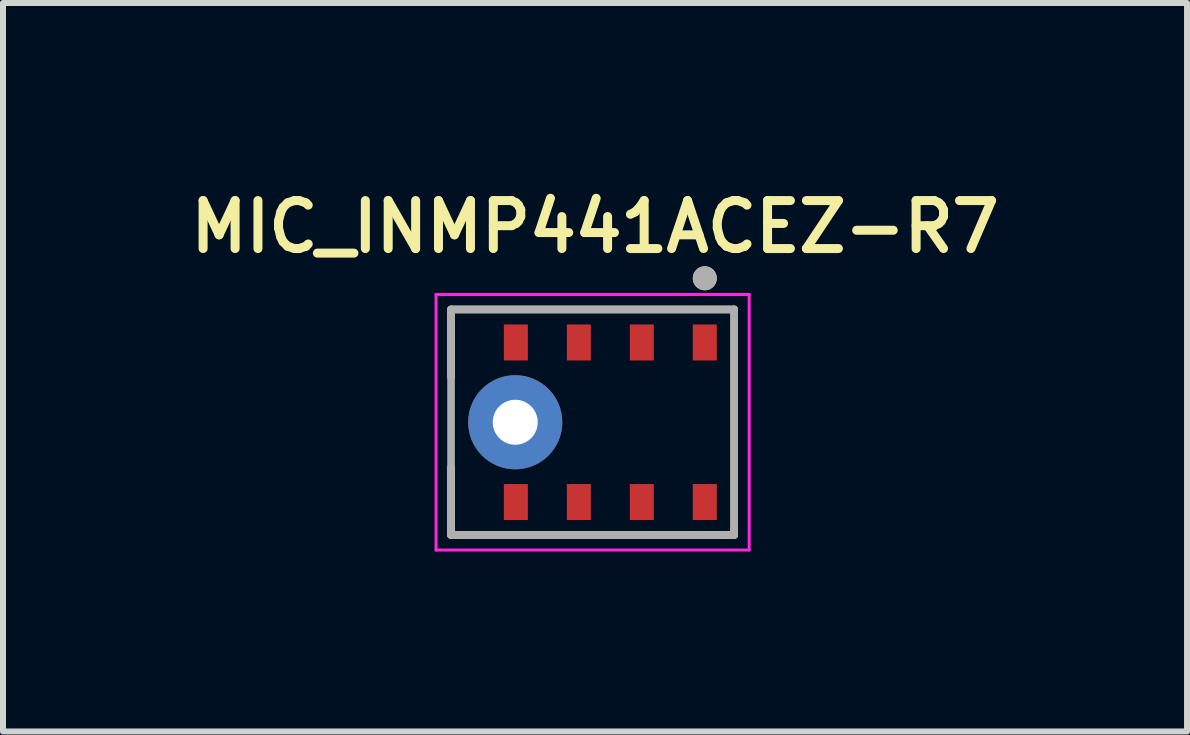
<source format=kicad_pcb>
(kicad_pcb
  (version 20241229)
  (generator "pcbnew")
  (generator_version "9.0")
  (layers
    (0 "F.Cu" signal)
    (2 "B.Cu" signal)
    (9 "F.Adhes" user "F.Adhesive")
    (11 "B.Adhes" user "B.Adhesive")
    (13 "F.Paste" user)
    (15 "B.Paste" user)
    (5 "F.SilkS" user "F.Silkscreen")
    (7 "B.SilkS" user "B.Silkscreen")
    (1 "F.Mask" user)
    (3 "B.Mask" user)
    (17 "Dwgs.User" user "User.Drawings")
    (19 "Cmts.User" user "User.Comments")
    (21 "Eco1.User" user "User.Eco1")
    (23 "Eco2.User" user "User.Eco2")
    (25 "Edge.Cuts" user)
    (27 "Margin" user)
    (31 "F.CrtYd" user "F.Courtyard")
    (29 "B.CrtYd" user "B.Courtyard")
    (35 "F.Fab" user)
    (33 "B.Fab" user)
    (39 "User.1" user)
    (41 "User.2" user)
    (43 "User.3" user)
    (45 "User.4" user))
  (footprint "MIC_INMP441ACEZ-R7"
    (layer "F.Cu")
    (at 6.829 3.989)
    (property "Reference" "MIC_INMP441ACEZ-R7" (at 0.04 -3.258 0) (layer "F.SilkS") (effects (font (size 0.8 0.8) (thickness 0.15))))
    (attr smd)
    (fp_line (start -2.36 -1.88) (end -2.36 -0.75) (stroke (width 0.127) (type solid)) (layer "F.SilkS"))
    (fp_line (start -2.36 0.75) (end -2.36 1.88) (stroke (width 0.127) (type solid)) (layer "F.SilkS"))
    (fp_line (start 2.36 -1.88) (end -2.36 -1.88) (stroke (width 0.127) (type solid)) (layer "F.SilkS"))
    (fp_line (start 2.36 -1.88) (end 2.36 1.88) (stroke (width 0.127) (type solid)) (layer "F.SilkS"))
    (fp_line (start 2.36 1.88) (end -2.36 1.88) (stroke (width 0.127) (type solid)) (layer "F.SilkS"))
    (fp_circle (center 1.87 -2.4) (end 1.97 -2.4) (stroke (width 0.2) (type solid)) (fill no) (layer "F.SilkS"))
    (fp_poly (pts (xy -1.455 -1.605) (xy -1.105 -1.605) (xy -1.105 -1.055) (xy -1.455 -1.055)) (stroke (width 0.01) (type solid)) (fill yes) (layer "F.Paste"))
    (fp_poly (pts (xy -1.455 1.055) (xy -1.105 1.055) (xy -1.105 1.605) (xy -1.455 1.605)) (stroke (width 0.01) (type solid)) (fill yes) (layer "F.Paste"))
    (fp_poly (pts (xy -0.405 -1.605) (xy -0.055 -1.605) (xy -0.055 -1.055) (xy -0.405 -1.055)) (stroke (width 0.01) (type solid)) (fill yes) (layer "F.Paste"))
    (fp_poly (pts (xy -0.405 1.055) (xy -0.055 1.055) (xy -0.055 1.605) (xy -0.405 1.605)) (stroke (width 0.01) (type solid)) (fill yes) (layer "F.Paste"))
    (fp_poly (pts (xy 0.645 -1.605) (xy 0.995 -1.605) (xy 0.995 -1.055) (xy 0.645 -1.055)) (stroke (width 0.01) (type solid)) (fill yes) (layer "F.Paste"))
    (fp_poly (pts (xy 0.645 1.055) (xy 0.995 1.055) (xy 0.995 1.605) (xy 0.645 1.605)) (stroke (width 0.01) (type solid)) (fill yes) (layer "F.Paste"))
    (fp_poly (pts (xy 1.695 -1.605) (xy 2.045 -1.605) (xy 2.045 -1.055) (xy 1.695 -1.055)) (stroke (width 0.01) (type solid)) (fill yes) (layer "F.Paste"))
    (fp_poly (pts (xy 1.695 1.055) (xy 2.045 1.055) (xy 2.045 1.605) (xy 1.695 1.605)) (stroke (width 0.01) (type solid)) (fill yes) (layer "F.Paste"))
    (fp_line (start -2.61 -2.13) (end -2.61 2.13) (stroke (width 0.05) (type solid)) (layer "F.CrtYd"))
    (fp_line (start 2.61 -2.13) (end -2.61 -2.13) (stroke (width 0.05) (type solid)) (layer "F.CrtYd"))
    (fp_line (start 2.61 -2.13) (end 2.61 2.13) (stroke (width 0.05) (type solid)) (layer "F.CrtYd"))
    (fp_line (start 2.61 2.13) (end -2.61 2.13) (stroke (width 0.05) (type solid)) (layer "F.CrtYd"))
    (fp_line (start -2.36 -1.88) (end -2.36 1.88) (stroke (width 0.127) (type solid)) (layer "F.Fab"))
    (fp_line (start 2.36 -1.88) (end -2.36 -1.88) (stroke (width 0.127) (type solid)) (layer "F.Fab"))
    (fp_line (start 2.36 -1.88) (end 2.36 1.88) (stroke (width 0.127) (type solid)) (layer "F.Fab"))
    (fp_line (start 2.36 1.88) (end -2.36 1.88) (stroke (width 0.127) (type solid)) (layer "F.Fab"))
    (fp_circle (center 1.87 -2.4) (end 1.97 -2.4) (stroke (width 0.2) (type solid)) (fill no) (layer "F.Fab"))
    (pad "1" smd rect (at 1.87 -1.33) (size 0.4 0.6) (layers "F.Cu" "F.Mask"))
    (pad "2" smd rect (at 0.82 -1.33) (size 0.4 0.6) (layers "F.Cu" "F.Mask"))
    (pad "3" smd rect (at -0.23 -1.33) (size 0.4 0.6) (layers "F.Cu" "F.Mask"))
    (pad "4" smd rect (at -1.28 -1.33) (size 0.4 0.6) (layers "F.Cu" "F.Mask"))
    (pad "6" smd rect (at -1.28 1.33) (size 0.4 0.6) (layers "F.Cu" "F.Mask"))
    (pad "7" smd rect (at -0.23 1.33) (size 0.4 0.6) (layers "F.Cu" "F.Mask"))
    (pad "8" smd rect (at 0.82 1.33) (size 0.4 0.6) (layers "F.Cu" "F.Mask"))
    (pad "9" smd rect (at 1.87 1.33) (size 0.4 0.6) (layers "F.Cu" "F.Mask"))
    (pad "10" thru_hole circle (at -1.29 0) (size 1.569 1.569) (drill 0.75) (layers "*.Cu" "*.Mask")))
  (gr_rect
    (start -3 -3)
    (end 16.738 9.144)
    (stroke (width 0.1) (type default))
    (fill no)
    (layer "Edge.Cuts")))
</source>
